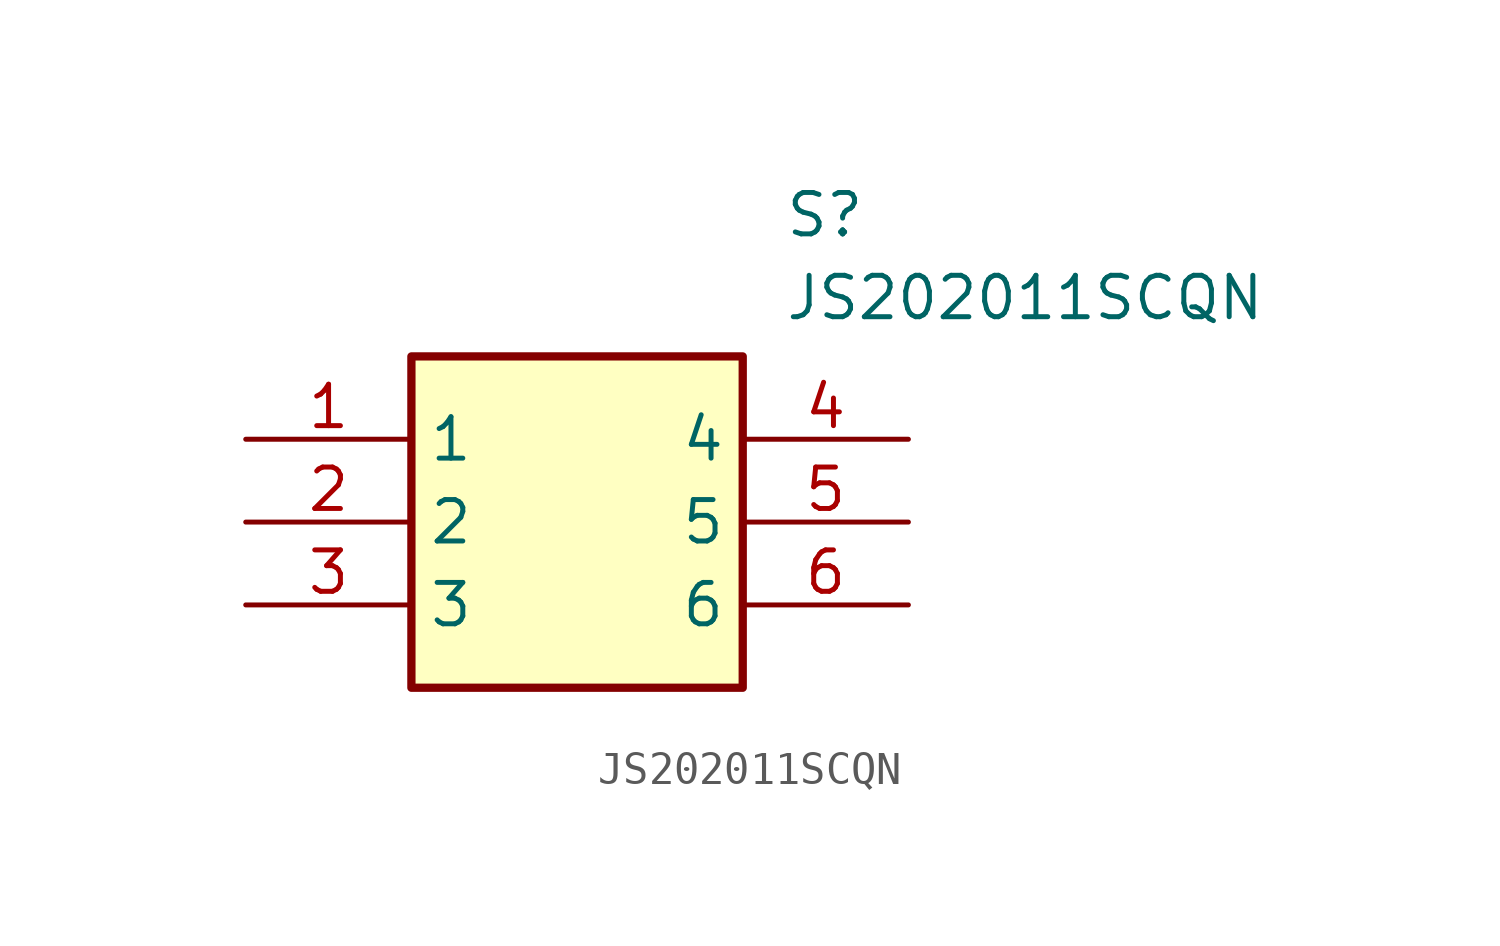
<source format=kicad_sym>
(kicad_symbol_lib
  (version 20211014)
  (generator SamacSys_ECAD_Model)
  (symbol "JS202011SCQN"
    (property "Reference" "S"
      (at 16.51 7.62 0)
      (effects (font (size 1.27 1.27)) (justify left top)))
    (property "Value" "JS202011SCQN"
      (at 16.51 5.08 0)
      (effects (font (size 1.27 1.27)) (justify left top)))
    (rectangle
      (start 5.08 2.54)
      (end 15.24 -7.62)
      (stroke (width 0.254) (type default))
      (fill (type background)))
    (pin passive line
      (at 0 0 0)
      (length 5.08)
      (name "1" (effects (font (size 1.27 1.27))))
      (number "1" (effects (font (size 1.27 1.27)))))
    (pin passive line
      (at 0 -2.54 0)
      (length 5.08)
      (name "2" (effects (font (size 1.27 1.27))))
      (number "2" (effects (font (size 1.27 1.27)))))
    (pin passive line
      (at 0 -5.08 0)
      (length 5.08)
      (name "3" (effects (font (size 1.27 1.27))))
      (number "3" (effects (font (size 1.27 1.27)))))
    (pin passive line
      (at 20.32 0 180)
      (length 5.08)
      (name "4" (effects (font (size 1.27 1.27))))
      (number "4" (effects (font (size 1.27 1.27)))))
    (pin passive line
      (at 20.32 -2.54 180)
      (length 5.08)
      (name "5" (effects (font (size 1.27 1.27))))
      (number "5" (effects (font (size 1.27 1.27)))))
    (pin passive line
      (at 20.32 -5.08 180)
      (length 5.08)
      (name "6" (effects (font (size 1.27 1.27))))
      (number "6" (effects (font (size 1.27 1.27)))))))
</source>
